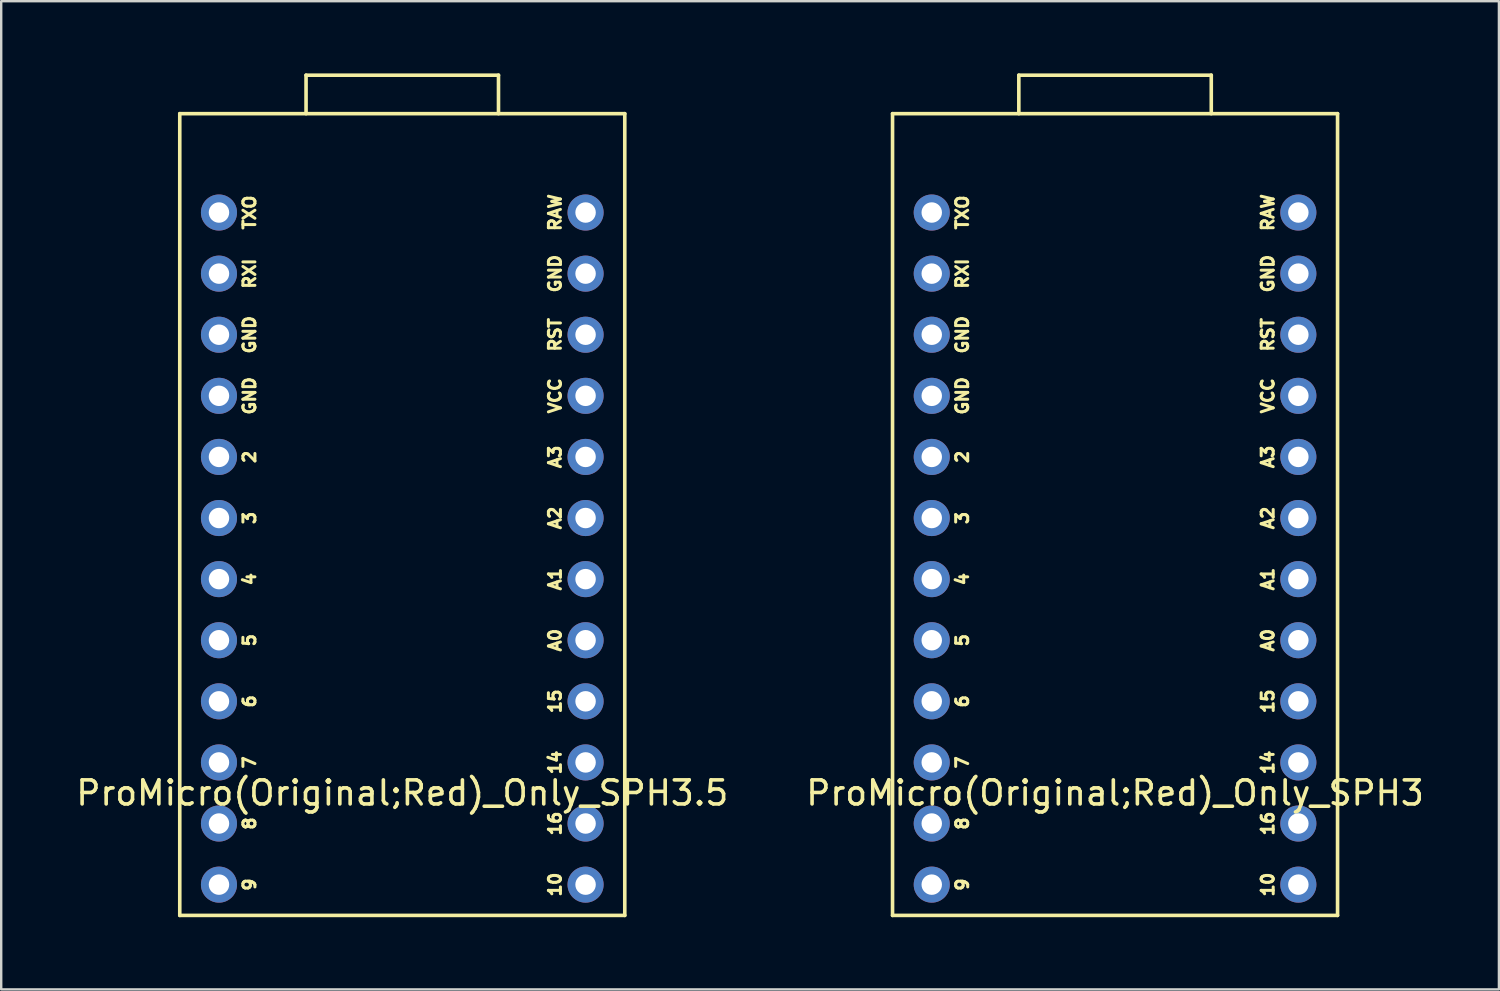
<source format=kicad_pcb>
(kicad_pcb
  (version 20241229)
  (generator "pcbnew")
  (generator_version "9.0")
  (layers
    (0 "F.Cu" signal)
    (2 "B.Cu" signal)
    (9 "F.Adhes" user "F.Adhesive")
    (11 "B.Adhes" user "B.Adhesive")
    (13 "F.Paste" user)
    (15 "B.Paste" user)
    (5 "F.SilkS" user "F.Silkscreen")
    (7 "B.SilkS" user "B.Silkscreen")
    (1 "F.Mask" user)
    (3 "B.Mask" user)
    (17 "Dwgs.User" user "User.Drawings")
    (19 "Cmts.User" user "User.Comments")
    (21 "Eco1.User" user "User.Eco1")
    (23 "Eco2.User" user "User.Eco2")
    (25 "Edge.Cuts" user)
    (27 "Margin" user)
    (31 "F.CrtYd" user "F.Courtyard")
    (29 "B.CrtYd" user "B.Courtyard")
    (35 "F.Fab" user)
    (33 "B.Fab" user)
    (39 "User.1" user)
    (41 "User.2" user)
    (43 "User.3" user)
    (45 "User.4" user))
  (footprint "ProMicro(Original;Red)_Only_SPH3"
    (layer "F.Cu")
    (at 35.684 5.785)
    (property "Reference" "ProMicro(Original;Red)_Only_SPH3" (at 7.62 24.13 0) (layer "F.SilkS") (effects (font (size 1 1) (thickness 0.15))))
    (attr through_hole)
    (fp_line (start -1.63 -4.11) (end -1.63 29.22) (stroke (width 0.15) (type solid)) (layer "F.SilkS"))
    (fp_line (start -1.63 29.22) (end 16.87 29.22) (stroke (width 0.15) (type solid)) (layer "F.SilkS"))
    (fp_line (start 3.62 -5.71) (end 11.62 -5.71) (stroke (width 0.15) (type solid)) (layer "F.SilkS"))
    (fp_line (start 3.62 -4.11) (end 3.62 -5.71) (stroke (width 0.15) (type solid)) (layer "F.SilkS"))
    (fp_line (start 11.62 -5.71) (end 11.62 -4.11) (stroke (width 0.15) (type solid)) (layer "F.SilkS"))
    (fp_line (start 16.87 -4.11) (end -1.63 -4.11) (stroke (width 0.15) (type solid)) (layer "F.SilkS"))
    (fp_line (start 16.87 29.22) (end 16.87 -4.11) (stroke (width 0.15) (type solid)) (layer "F.SilkS"))
    (fp_text user "8" (at 1.27 25.4 90) (layer "F.SilkS") (effects (font (size 0.5 0.5) (thickness 0.125))))
    (fp_text user "10" (at 13.97 27.94 90) (layer "F.SilkS") (effects (font (size 0.5 0.5) (thickness 0.125))))
    (fp_text user "16" (at 13.97 25.4 90) (layer "F.SilkS") (effects (font (size 0.5 0.5) (thickness 0.125))))
    (fp_text user "RST" (at 13.97 5.08 90) (layer "F.SilkS") (effects (font (size 0.5 0.5) (thickness 0.125))))
    (fp_text user "RXI" (at 1.27 2.54 90) (layer "F.SilkS") (effects (font (size 0.5 0.5) (thickness 0.125))))
    (fp_text user "A1" (at 13.97 15.24 90) (layer "F.SilkS") (effects (font (size 0.5 0.5) (thickness 0.125))))
    (fp_text user "7" (at 1.27 22.86 90) (layer "F.SilkS") (effects (font (size 0.5 0.5) (thickness 0.125))))
    (fp_text user "3" (at 1.27 12.7 90) (layer "F.SilkS") (effects (font (size 0.5 0.5) (thickness 0.125))))
    (fp_text user "GND" (at 1.27 5.08 90) (layer "F.SilkS") (effects (font (size 0.5 0.5) (thickness 0.125))))
    (fp_text user "RAW" (at 13.97 0 90) (layer "F.SilkS") (effects (font (size 0.5 0.5) (thickness 0.125))))
    (fp_text user "2" (at 1.27 10.16 90) (layer "F.SilkS") (effects (font (size 0.5 0.5) (thickness 0.125))))
    (fp_text user "5" (at 1.27 17.78 90) (layer "F.SilkS") (effects (font (size 0.5 0.5) (thickness 0.125))))
    (fp_text user "4" (at 1.27 15.24 90) (layer "F.SilkS") (effects (font (size 0.5 0.5) (thickness 0.125))))
    (fp_text user "TXO" (at 1.27 0 90) (layer "F.SilkS") (effects (font (size 0.5 0.5) (thickness 0.125))))
    (fp_text user "6" (at 1.27 20.32 90) (layer "F.SilkS") (effects (font (size 0.5 0.5) (thickness 0.125))))
    (fp_text user "VCC" (at 13.97 7.62 90) (layer "F.SilkS") (effects (font (size 0.5 0.5) (thickness 0.125))))
    (fp_text user "A2" (at 13.97 12.7 90) (layer "F.SilkS") (effects (font (size 0.5 0.5) (thickness 0.125))))
    (fp_text user "9" (at 1.27 27.94 90) (layer "F.SilkS") (effects (font (size 0.5 0.5) (thickness 0.125))))
    (fp_text user "14" (at 13.97 22.86 90) (layer "F.SilkS") (effects (font (size 0.5 0.5) (thickness 0.125))))
    (fp_text user "GND" (at 13.97 2.54 90) (layer "F.SilkS") (effects (font (size 0.5 0.5) (thickness 0.125))))
    (fp_text user "A0" (at 13.97 17.78 90) (layer "F.SilkS") (effects (font (size 0.5 0.5) (thickness 0.125))))
    (fp_text user "GND" (at 1.27 7.62 90) (layer "F.SilkS") (effects (font (size 0.5 0.5) (thickness 0.125))))
    (fp_text user "15" (at 13.97 20.32 90) (layer "F.SilkS") (effects (font (size 0.5 0.5) (thickness 0.125))))
    (fp_text user "A3" (at 13.97 10.16 90) (layer "F.SilkS") (effects (font (size 0.5 0.5) (thickness 0.125))))
    (pad "2" thru_hole circle (at 0 10.16) (size 1.5 1.5) (drill 0.85) (layers "*.Cu" "*.Mask"))
    (pad "3" thru_hole circle (at 0 12.7) (size 1.5 1.5) (drill 0.85) (layers "*.Cu" "*.Mask"))
    (pad "4" thru_hole circle (at 0 15.24) (size 1.5 1.5) (drill 0.85) (layers "*.Cu" "*.Mask"))
    (pad "5" thru_hole circle (at 0 17.78) (size 1.5 1.5) (drill 0.85) (layers "*.Cu" "*.Mask"))
    (pad "6" thru_hole circle (at 0 20.32) (size 1.5 1.5) (drill 0.85) (layers "*.Cu" "*.Mask"))
    (pad "7" thru_hole circle (at 0 22.86) (size 1.5 1.5) (drill 0.85) (layers "*.Cu" "*.Mask"))
    (pad "8" thru_hole circle (at 0 25.4) (size 1.5 1.5) (drill 0.85) (layers "*.Cu" "*.Mask"))
    (pad "9" thru_hole circle (at 0 27.94) (size 1.5 1.5) (drill 0.85) (layers "*.Cu" "*.Mask"))
    (pad "10" thru_hole circle (at 15.24 27.94) (size 1.5 1.5) (drill 0.85) (layers "*.Cu" "*.Mask"))
    (pad "14" thru_hole circle (at 15.24 22.86) (size 1.5 1.5) (drill 0.85) (layers "*.Cu" "*.Mask"))
    (pad "15" thru_hole circle (at 15.24 20.32) (size 1.5 1.5) (drill 0.85) (layers "*.Cu" "*.Mask"))
    (pad "16" thru_hole circle (at 15.24 25.4) (size 1.5 1.5) (drill 0.85) (layers "*.Cu" "*.Mask"))
    (pad "A0" thru_hole circle (at 15.24 17.78) (size 1.5 1.5) (drill 0.85) (layers "*.Cu" "*.Mask"))
    (pad "A1" thru_hole circle (at 15.24 15.24) (size 1.5 1.5) (drill 0.85) (layers "*.Cu" "*.Mask"))
    (pad "A2" thru_hole circle (at 15.24 12.7) (size 1.5 1.5) (drill 0.85) (layers "*.Cu" "*.Mask"))
    (pad "A3" thru_hole circle (at 15.24 10.16) (size 1.5 1.5) (drill 0.85) (layers "*.Cu" "*.Mask"))
    (pad "GND0" thru_hole circle (at 15.24 2.54) (size 1.5 1.5) (drill 0.85) (layers "*.Cu" "*.Mask"))
    (pad "GND1" thru_hole circle (at 0 5.08) (size 1.5 1.5) (drill 0.85) (layers "*.Cu" "*.Mask"))
    (pad "GND2" thru_hole circle (at 0 7.62) (size 1.5 1.5) (drill 0.85) (layers "*.Cu" "*.Mask"))
    (pad "RAW" thru_hole circle (at 15.24 0) (size 1.5 1.5) (drill 0.85) (layers "*.Cu" "*.Mask"))
    (pad "RST" thru_hole circle (at 15.24 5.08) (size 1.5 1.5) (drill 0.85) (layers "*.Cu" "*.Mask"))
    (pad "RXI" thru_hole circle (at 0 2.54) (size 1.5 1.5) (drill 0.85) (layers "*.Cu" "*.Mask"))
    (pad "TXO" thru_hole circle (at 0 0 90) (size 1.5 1.5) (drill 0.85) (layers "*.Cu" "*.Mask"))
    (pad "VCC" thru_hole circle (at 15.24 7.62) (size 1.5 1.5) (drill 0.85) (layers "*.Cu" "*.Mask")))
  (footprint "ProMicro(Original;Red)_Only_SPH3.5"
    (layer "F.Cu")
    (at 6.053 5.785)
    (property "Reference" "ProMicro(Original;Red)_Only_SPH3.5" (at 7.62 24.13 0) (layer "F.SilkS") (effects (font (size 1 1) (thickness 0.15))))
    (attr through_hole)
    (fp_line (start -1.63 -4.11) (end -1.63 29.22) (stroke (width 0.15) (type solid)) (layer "F.SilkS"))
    (fp_line (start -1.63 29.22) (end 16.87 29.22) (stroke (width 0.15) (type solid)) (layer "F.SilkS"))
    (fp_line (start 3.62 -5.71) (end 11.62 -5.71) (stroke (width 0.15) (type solid)) (layer "F.SilkS"))
    (fp_line (start 3.62 -4.11) (end 3.62 -5.71) (stroke (width 0.15) (type solid)) (layer "F.SilkS"))
    (fp_line (start 11.62 -5.71) (end 11.62 -4.11) (stroke (width 0.15) (type solid)) (layer "F.SilkS"))
    (fp_line (start 16.87 -4.11) (end -1.63 -4.11) (stroke (width 0.15) (type solid)) (layer "F.SilkS"))
    (fp_line (start 16.87 29.22) (end 16.87 -4.11) (stroke (width 0.15) (type solid)) (layer "F.SilkS"))
    (fp_text user "A2" (at 13.97 12.7 90) (layer "F.SilkS") (effects (font (size 0.5 0.5) (thickness 0.125))))
    (fp_text user "VCC" (at 13.97 7.62 90) (layer "F.SilkS") (effects (font (size 0.5 0.5) (thickness 0.125))))
    (fp_text user "A3" (at 13.97 10.16 90) (layer "F.SilkS") (effects (font (size 0.5 0.5) (thickness 0.125))))
    (fp_text user "15" (at 13.97 20.32 90) (layer "F.SilkS") (effects (font (size 0.5 0.5) (thickness 0.125))))
    (fp_text user "RXI" (at 1.27 2.54 90) (layer "F.SilkS") (effects (font (size 0.5 0.5) (thickness 0.125))))
    (fp_text user "16" (at 13.97 25.4 90) (layer "F.SilkS") (effects (font (size 0.5 0.5) (thickness 0.125))))
    (fp_text user "4" (at 1.27 15.24 90) (layer "F.SilkS") (effects (font (size 0.5 0.5) (thickness 0.125))))
    (fp_text user "2" (at 1.27 10.16 90) (layer "F.SilkS") (effects (font (size 0.5 0.5) (thickness 0.125))))
    (fp_text user "A0" (at 13.97 17.78 90) (layer "F.SilkS") (effects (font (size 0.5 0.5) (thickness 0.125))))
    (fp_text user "RST" (at 13.97 5.08 90) (layer "F.SilkS") (effects (font (size 0.5 0.5) (thickness 0.125))))
    (fp_text user "GND" (at 1.27 5.08 90) (layer "F.SilkS") (effects (font (size 0.5 0.5) (thickness 0.125))))
    (fp_text user "A1" (at 13.97 15.24 90) (layer "F.SilkS") (effects (font (size 0.5 0.5) (thickness 0.125))))
    (fp_text user "RAW" (at 13.97 0 90) (layer "F.SilkS") (effects (font (size 0.5 0.5) (thickness 0.125))))
    (fp_text user "6" (at 1.27 20.32 90) (layer "F.SilkS") (effects (font (size 0.5 0.5) (thickness 0.125))))
    (fp_text user "GND" (at 1.27 7.62 90) (layer "F.SilkS") (effects (font (size 0.5 0.5) (thickness 0.125))))
    (fp_text user "7" (at 1.27 22.86 90) (layer "F.SilkS") (effects (font (size 0.5 0.5) (thickness 0.125))))
    (fp_text user "9" (at 1.27 27.94 90) (layer "F.SilkS") (effects (font (size 0.5 0.5) (thickness 0.125))))
    (fp_text user "3" (at 1.27 12.7 90) (layer "F.SilkS") (effects (font (size 0.5 0.5) (thickness 0.125))))
    (fp_text user "5" (at 1.27 17.78 90) (layer "F.SilkS") (effects (font (size 0.5 0.5) (thickness 0.125))))
    (fp_text user "10" (at 13.97 27.94 90) (layer "F.SilkS") (effects (font (size 0.5 0.5) (thickness 0.125))))
    (fp_text user "14" (at 13.97 22.86 90) (layer "F.SilkS") (effects (font (size 0.5 0.5) (thickness 0.125))))
    (fp_text user "8" (at 1.27 25.4 90) (layer "F.SilkS") (effects (font (size 0.5 0.5) (thickness 0.125))))
    (fp_text user "TXO" (at 1.27 0 90) (layer "F.SilkS") (effects (font (size 0.5 0.5) (thickness 0.125))))
    (fp_text user "GND" (at 13.97 2.54 90) (layer "F.SilkS") (effects (font (size 0.5 0.5) (thickness 0.125))))
    (pad "2" thru_hole circle (at 0 10.16) (size 1.5 1.5) (drill 0.85) (layers "*.Cu" "*.Mask"))
    (pad "3" thru_hole circle (at 0 12.7) (size 1.5 1.5) (drill 0.85) (layers "*.Cu" "*.Mask"))
    (pad "4" thru_hole circle (at 0 15.24) (size 1.5 1.5) (drill 0.85) (layers "*.Cu" "*.Mask"))
    (pad "5" thru_hole circle (at 0 17.78) (size 1.5 1.5) (drill 0.85) (layers "*.Cu" "*.Mask"))
    (pad "6" thru_hole circle (at 0 20.32) (size 1.5 1.5) (drill 0.85) (layers "*.Cu" "*.Mask"))
    (pad "7" thru_hole circle (at 0 22.86) (size 1.5 1.5) (drill 0.85) (layers "*.Cu" "*.Mask"))
    (pad "8" thru_hole circle (at 0 25.4) (size 1.5 1.5) (drill 0.85) (layers "*.Cu" "*.Mask"))
    (pad "9" thru_hole circle (at 0 27.94) (size 1.5 1.5) (drill 0.85) (layers "*.Cu" "*.Mask"))
    (pad "10" thru_hole circle (at 15.24 27.94) (size 1.5 1.5) (drill 0.85) (layers "*.Cu" "*.Mask"))
    (pad "14" thru_hole circle (at 15.24 22.86) (size 1.5 1.5) (drill 0.85) (layers "*.Cu" "*.Mask"))
    (pad "15" thru_hole circle (at 15.24 20.32) (size 1.5 1.5) (drill 0.85) (layers "*.Cu" "*.Mask"))
    (pad "16" thru_hole circle (at 15.24 25.4) (size 1.5 1.5) (drill 0.85) (layers "*.Cu" "*.Mask"))
    (pad "A0" thru_hole circle (at 15.24 17.78) (size 1.5 1.5) (drill 0.85) (layers "*.Cu" "*.Mask"))
    (pad "A1" thru_hole circle (at 15.24 15.24) (size 1.5 1.5) (drill 0.85) (layers "*.Cu" "*.Mask"))
    (pad "A2" thru_hole circle (at 15.24 12.7) (size 1.5 1.5) (drill 0.85) (layers "*.Cu" "*.Mask"))
    (pad "A3" thru_hole circle (at 15.24 10.16) (size 1.5 1.5) (drill 0.85) (layers "*.Cu" "*.Mask"))
    (pad "GND0" thru_hole circle (at 15.24 2.54) (size 1.5 1.5) (drill 0.85) (layers "*.Cu" "*.Mask"))
    (pad "GND1" thru_hole circle (at 0 5.08) (size 1.5 1.5) (drill 0.85) (layers "*.Cu" "*.Mask"))
    (pad "GND2" thru_hole circle (at 0 7.62) (size 1.5 1.5) (drill 0.85) (layers "*.Cu" "*.Mask"))
    (pad "RAW" thru_hole circle (at 15.24 0) (size 1.5 1.5) (drill 0.85) (layers "*.Cu" "*.Mask"))
    (pad "RST" thru_hole circle (at 15.24 5.08) (size 1.5 1.5) (drill 0.85) (layers "*.Cu" "*.Mask"))
    (pad "RXI" thru_hole circle (at 0 2.54) (size 1.5 1.5) (drill 0.85) (layers "*.Cu" "*.Mask"))
    (pad "TXO" thru_hole circle (at 0 0 90) (size 1.5 1.5) (drill 0.85) (layers "*.Cu" "*.Mask"))
    (pad "VCC" thru_hole circle (at 15.24 7.62) (size 1.5 1.5) (drill 0.85) (layers "*.Cu" "*.Mask")))
  (gr_rect
    (start -3 -3)
    (end 59.262 38.08)
    (stroke (width 0.1) (type default))
    (fill no)
    (layer "Edge.Cuts")))
</source>
